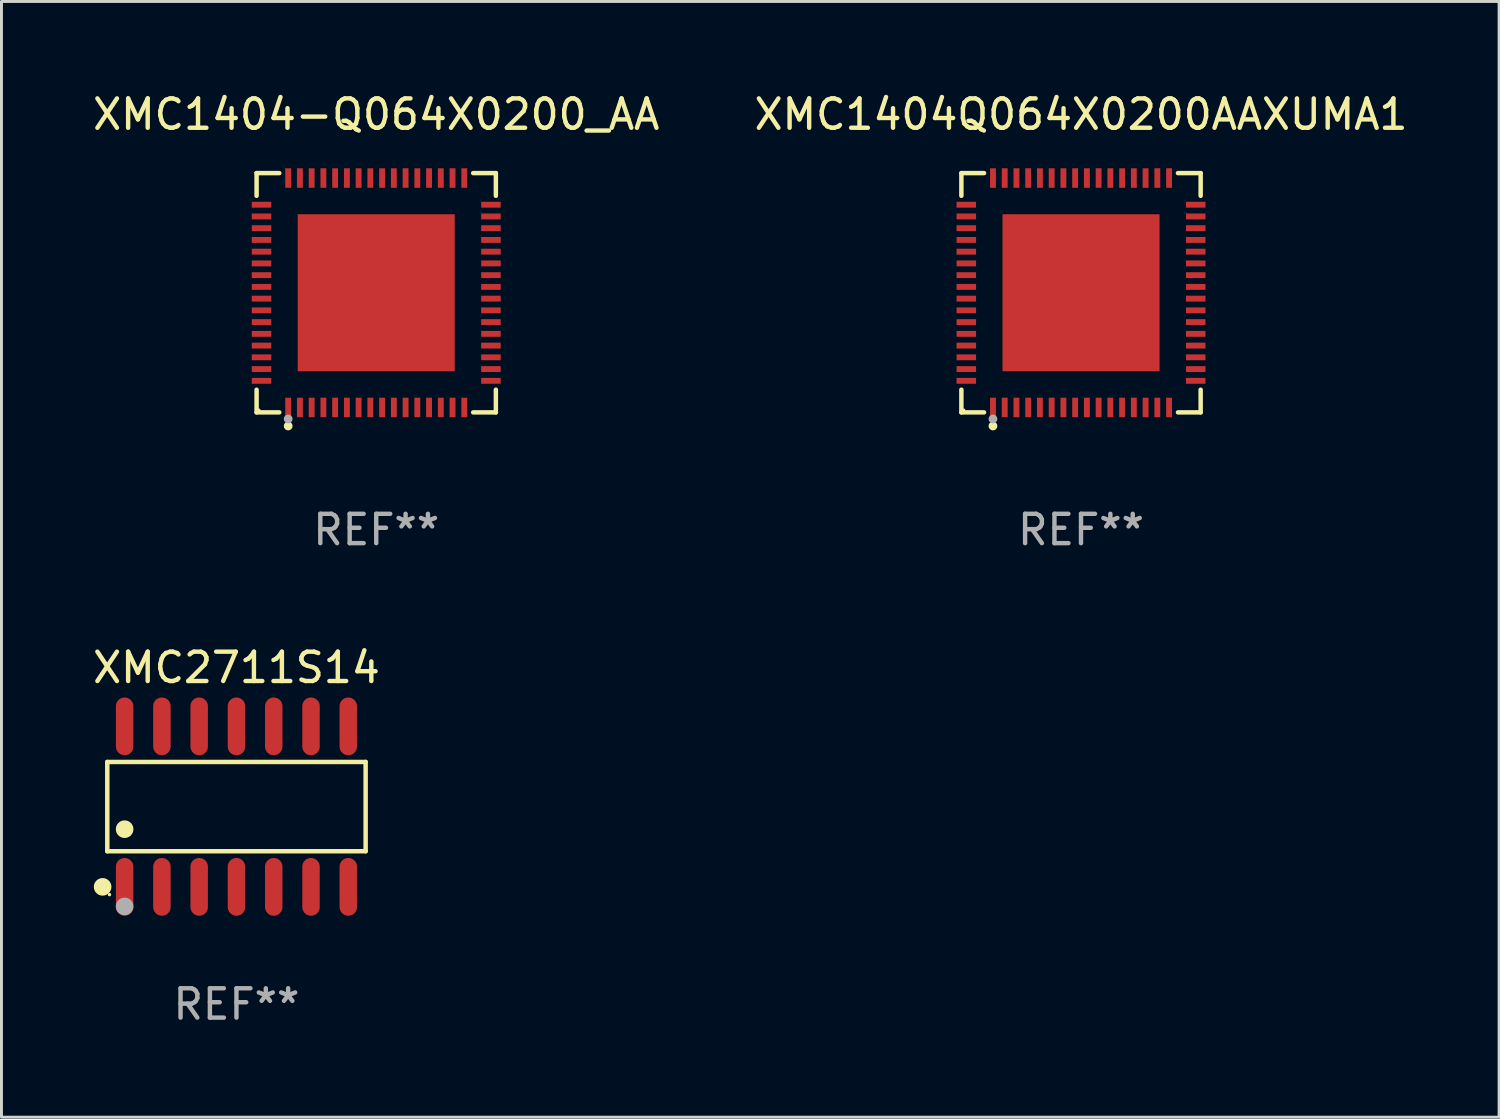
<source format=kicad_pcb>
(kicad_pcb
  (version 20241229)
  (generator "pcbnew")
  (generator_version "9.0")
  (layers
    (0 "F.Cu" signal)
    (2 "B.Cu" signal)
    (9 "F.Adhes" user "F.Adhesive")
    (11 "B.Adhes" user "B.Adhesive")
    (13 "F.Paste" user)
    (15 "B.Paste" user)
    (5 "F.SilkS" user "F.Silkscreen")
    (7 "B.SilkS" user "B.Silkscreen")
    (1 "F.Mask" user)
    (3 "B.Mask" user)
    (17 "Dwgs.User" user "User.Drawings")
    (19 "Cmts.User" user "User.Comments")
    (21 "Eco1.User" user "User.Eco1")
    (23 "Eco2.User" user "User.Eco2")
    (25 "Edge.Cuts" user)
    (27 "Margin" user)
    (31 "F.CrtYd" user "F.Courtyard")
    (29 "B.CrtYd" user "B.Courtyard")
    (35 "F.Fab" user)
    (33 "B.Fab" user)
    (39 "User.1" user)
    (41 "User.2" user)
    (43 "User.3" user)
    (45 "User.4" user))
  (footprint "XMC1404-Q064X0200_AA"
    (layer "F.Cu")
    (at 9.768 6.924)
    (property "Reference" "XMC1404-Q064X0200_AA" (at 0 -6.076 0) (layer "F.SilkS") (effects (font (size 1 1) (thickness 0.15))))
    (attr through_hole)
    (fp_line (start -4.076 -4.076) (end -3.303 -4.076) (stroke (width 0.152) (type solid)) (layer "F.SilkS"))
    (fp_line (start -4.076 -3.303) (end -4.076 -4.076) (stroke (width 0.152) (type solid)) (layer "F.SilkS"))
    (fp_line (start -4.076 3.303) (end -4.076 4.076) (stroke (width 0.152) (type solid)) (layer "F.SilkS"))
    (fp_line (start -4.076 4.076) (end -3.303 4.076) (stroke (width 0.152) (type solid)) (layer "F.SilkS"))
    (fp_line (start 4.076 -4.076) (end 3.303 -4.076) (stroke (width 0.152) (type solid)) (layer "F.SilkS"))
    (fp_line (start 4.076 -3.303) (end 4.076 -4.076) (stroke (width 0.152) (type solid)) (layer "F.SilkS"))
    (fp_line (start 4.076 3.303) (end 4.076 4.076) (stroke (width 0.152) (type solid)) (layer "F.SilkS"))
    (fp_line (start 4.076 4.076) (end 3.303 4.076) (stroke (width 0.152) (type solid)) (layer "F.SilkS"))
    (fp_circle (center -4 4) (end -3.97 4) (stroke (width 0.06) (type solid)) (fill no) (layer "F.SilkS"))
    (fp_circle (center -3 4.54) (end -2.925 4.54) (stroke (width 0.15) (type solid)) (fill no) (layer "F.SilkS"))
    (fp_circle (center -3 4.3) (end -2.925 4.3) (stroke (width 0.15) (type solid)) (fill no) (layer "F.Fab"))
    (fp_text user "REF**" (at 0 8.076 0) (layer "F.Fab") (effects (font (size 1 1) (thickness 0.15))))
    (pad "1" smd rect (at -3 3.908) (size 0.2 0.665) (layers "F.Cu" "F.Mask" "F.Paste"))
    (pad "2" smd rect (at -2.6 3.908) (size 0.2 0.665) (layers "F.Cu" "F.Mask" "F.Paste"))
    (pad "3" smd rect (at -2.2 3.908) (size 0.2 0.665) (layers "F.Cu" "F.Mask" "F.Paste"))
    (pad "4" smd rect (at -1.8 3.908) (size 0.2 0.665) (layers "F.Cu" "F.Mask" "F.Paste"))
    (pad "5" smd rect (at -1.4 3.908) (size 0.2 0.665) (layers "F.Cu" "F.Mask" "F.Paste"))
    (pad "6" smd rect (at -1 3.908) (size 0.2 0.665) (layers "F.Cu" "F.Mask" "F.Paste"))
    (pad "7" smd rect (at -0.6 3.908) (size 0.2 0.665) (layers "F.Cu" "F.Mask" "F.Paste"))
    (pad "8" smd rect (at -0.2 3.908) (size 0.2 0.665) (layers "F.Cu" "F.Mask" "F.Paste"))
    (pad "9" smd rect (at 0.2 3.908) (size 0.2 0.665) (layers "F.Cu" "F.Mask" "F.Paste"))
    (pad "10" smd rect (at 0.6 3.908) (size 0.2 0.665) (layers "F.Cu" "F.Mask" "F.Paste"))
    (pad "11" smd rect (at 1 3.908) (size 0.2 0.665) (layers "F.Cu" "F.Mask" "F.Paste"))
    (pad "12" smd rect (at 1.4 3.908) (size 0.2 0.665) (layers "F.Cu" "F.Mask" "F.Paste"))
    (pad "13" smd rect (at 1.8 3.908) (size 0.2 0.665) (layers "F.Cu" "F.Mask" "F.Paste"))
    (pad "14" smd rect (at 2.2 3.908) (size 0.2 0.665) (layers "F.Cu" "F.Mask" "F.Paste"))
    (pad "15" smd rect (at 2.6 3.908) (size 0.2 0.665) (layers "F.Cu" "F.Mask" "F.Paste"))
    (pad "16" smd rect (at 3 3.908) (size 0.2 0.665) (layers "F.Cu" "F.Mask" "F.Paste"))
    (pad "17" smd rect (at 3.908 3) (size 0.665 0.2) (layers "F.Cu" "F.Mask" "F.Paste"))
    (pad "18" smd rect (at 3.908 2.6) (size 0.665 0.2) (layers "F.Cu" "F.Mask" "F.Paste"))
    (pad "19" smd rect (at 3.908 2.2) (size 0.665 0.2) (layers "F.Cu" "F.Mask" "F.Paste"))
    (pad "20" smd rect (at 3.908 1.8) (size 0.665 0.2) (layers "F.Cu" "F.Mask" "F.Paste"))
    (pad "21" smd rect (at 3.908 1.4) (size 0.665 0.2) (layers "F.Cu" "F.Mask" "F.Paste"))
    (pad "22" smd rect (at 3.908 1) (size 0.665 0.2) (layers "F.Cu" "F.Mask" "F.Paste"))
    (pad "23" smd rect (at 3.908 0.6) (size 0.665 0.2) (layers "F.Cu" "F.Mask" "F.Paste"))
    (pad "24" smd rect (at 3.908 0.2) (size 0.665 0.2) (layers "F.Cu" "F.Mask" "F.Paste"))
    (pad "25" smd rect (at 3.908 -0.2) (size 0.665 0.2) (layers "F.Cu" "F.Mask" "F.Paste"))
    (pad "26" smd rect (at 3.908 -0.6) (size 0.665 0.2) (layers "F.Cu" "F.Mask" "F.Paste"))
    (pad "27" smd rect (at 3.908 -1) (size 0.665 0.2) (layers "F.Cu" "F.Mask" "F.Paste"))
    (pad "28" smd rect (at 3.908 -1.4) (size 0.665 0.2) (layers "F.Cu" "F.Mask" "F.Paste"))
    (pad "29" smd rect (at 3.908 -1.8) (size 0.665 0.2) (layers "F.Cu" "F.Mask" "F.Paste"))
    (pad "30" smd rect (at 3.908 -2.2) (size 0.665 0.2) (layers "F.Cu" "F.Mask" "F.Paste"))
    (pad "31" smd rect (at 3.908 -2.6) (size 0.665 0.2) (layers "F.Cu" "F.Mask" "F.Paste"))
    (pad "32" smd rect (at 3.908 -3) (size 0.665 0.2) (layers "F.Cu" "F.Mask" "F.Paste"))
    (pad "33" smd rect (at 3 -3.908) (size 0.2 0.665) (layers "F.Cu" "F.Mask" "F.Paste"))
    (pad "34" smd rect (at 2.6 -3.908) (size 0.2 0.665) (layers "F.Cu" "F.Mask" "F.Paste"))
    (pad "35" smd rect (at 2.2 -3.908) (size 0.2 0.665) (layers "F.Cu" "F.Mask" "F.Paste"))
    (pad "36" smd rect (at 1.8 -3.908) (size 0.2 0.665) (layers "F.Cu" "F.Mask" "F.Paste"))
    (pad "37" smd rect (at 1.4 -3.908) (size 0.2 0.665) (layers "F.Cu" "F.Mask" "F.Paste"))
    (pad "38" smd rect (at 1 -3.908) (size 0.2 0.665) (layers "F.Cu" "F.Mask" "F.Paste"))
    (pad "39" smd rect (at 0.6 -3.908) (size 0.2 0.665) (layers "F.Cu" "F.Mask" "F.Paste"))
    (pad "40" smd rect (at 0.2 -3.908) (size 0.2 0.665) (layers "F.Cu" "F.Mask" "F.Paste"))
    (pad "41" smd rect (at -0.2 -3.908) (size 0.2 0.665) (layers "F.Cu" "F.Mask" "F.Paste"))
    (pad "42" smd rect (at -0.6 -3.908) (size 0.2 0.665) (layers "F.Cu" "F.Mask" "F.Paste"))
    (pad "43" smd rect (at -1 -3.908) (size 0.2 0.665) (layers "F.Cu" "F.Mask" "F.Paste"))
    (pad "44" smd rect (at -1.4 -3.908) (size 0.2 0.665) (layers "F.Cu" "F.Mask" "F.Paste"))
    (pad "45" smd rect (at -1.8 -3.908) (size 0.2 0.665) (layers "F.Cu" "F.Mask" "F.Paste"))
    (pad "46" smd rect (at -2.2 -3.908) (size 0.2 0.665) (layers "F.Cu" "F.Mask" "F.Paste"))
    (pad "47" smd rect (at -2.6 -3.908) (size 0.2 0.665) (layers "F.Cu" "F.Mask" "F.Paste"))
    (pad "48" smd rect (at -3 -3.908) (size 0.2 0.665) (layers "F.Cu" "F.Mask" "F.Paste"))
    (pad "49" smd rect (at -3.908 -3) (size 0.665 0.2) (layers "F.Cu" "F.Mask" "F.Paste"))
    (pad "50" smd rect (at -3.908 -2.6) (size 0.665 0.2) (layers "F.Cu" "F.Mask" "F.Paste"))
    (pad "51" smd rect (at -3.908 -2.2) (size 0.665 0.2) (layers "F.Cu" "F.Mask" "F.Paste"))
    (pad "52" smd rect (at -3.908 -1.8) (size 0.665 0.2) (layers "F.Cu" "F.Mask" "F.Paste"))
    (pad "53" smd rect (at -3.908 -1.4) (size 0.665 0.2) (layers "F.Cu" "F.Mask" "F.Paste"))
    (pad "54" smd rect (at -3.908 -1) (size 0.665 0.2) (layers "F.Cu" "F.Mask" "F.Paste"))
    (pad "55" smd rect (at -3.908 -0.6) (size 0.665 0.2) (layers "F.Cu" "F.Mask" "F.Paste"))
    (pad "56" smd rect (at -3.908 -0.2) (size 0.665 0.2) (layers "F.Cu" "F.Mask" "F.Paste"))
    (pad "57" smd rect (at -3.908 0.2) (size 0.665 0.2) (layers "F.Cu" "F.Mask" "F.Paste"))
    (pad "58" smd rect (at -3.908 0.6) (size 0.665 0.2) (layers "F.Cu" "F.Mask" "F.Paste"))
    (pad "59" smd rect (at -3.908 1) (size 0.665 0.2) (layers "F.Cu" "F.Mask" "F.Paste"))
    (pad "60" smd rect (at -3.908 1.4) (size 0.665 0.2) (layers "F.Cu" "F.Mask" "F.Paste"))
    (pad "61" smd rect (at -3.908 1.8) (size 0.665 0.2) (layers "F.Cu" "F.Mask" "F.Paste"))
    (pad "62" smd rect (at -3.908 2.2) (size 0.665 0.2) (layers "F.Cu" "F.Mask" "F.Paste"))
    (pad "63" smd rect (at -3.908 2.6) (size 0.665 0.2) (layers "F.Cu" "F.Mask" "F.Paste"))
    (pad "64" smd rect (at -3.908 3) (size 0.665 0.2) (layers "F.Cu" "F.Mask" "F.Paste"))
    (pad "65" smd rect (at 0 0) (size 5.35 5.35) (layers "F.Cu" "F.Mask" "F.Paste")))
  (footprint "XMC1404Q064X0200AAXUMA1"
    (layer "F.Cu")
    (at 33.78 6.924)
    (property "Reference" "XMC1404Q064X0200AAXUMA1" (at 0 -6.076 0) (layer "F.SilkS") (effects (font (size 1 1) (thickness 0.15))))
    (attr through_hole)
    (fp_line (start -4.076 -4.076) (end -3.303 -4.076) (stroke (width 0.152) (type solid)) (layer "F.SilkS"))
    (fp_line (start -4.076 -3.303) (end -4.076 -4.076) (stroke (width 0.152) (type solid)) (layer "F.SilkS"))
    (fp_line (start -4.076 3.303) (end -4.076 4.076) (stroke (width 0.152) (type solid)) (layer "F.SilkS"))
    (fp_line (start -4.076 4.076) (end -3.303 4.076) (stroke (width 0.152) (type solid)) (layer "F.SilkS"))
    (fp_line (start 4.076 -4.076) (end 3.303 -4.076) (stroke (width 0.152) (type solid)) (layer "F.SilkS"))
    (fp_line (start 4.076 -3.303) (end 4.076 -4.076) (stroke (width 0.152) (type solid)) (layer "F.SilkS"))
    (fp_line (start 4.076 3.303) (end 4.076 4.076) (stroke (width 0.152) (type solid)) (layer "F.SilkS"))
    (fp_line (start 4.076 4.076) (end 3.303 4.076) (stroke (width 0.152) (type solid)) (layer "F.SilkS"))
    (fp_circle (center -4 4) (end -3.97 4) (stroke (width 0.06) (type solid)) (fill no) (layer "F.SilkS"))
    (fp_circle (center -3 4.54) (end -2.925 4.54) (stroke (width 0.15) (type solid)) (fill no) (layer "F.SilkS"))
    (fp_circle (center -3 4.3) (end -2.925 4.3) (stroke (width 0.15) (type solid)) (fill no) (layer "F.Fab"))
    (fp_text user "REF**" (at 0 8.076 0) (layer "F.Fab") (effects (font (size 1 1) (thickness 0.15))))
    (pad "1" smd rect (at -3 3.908) (size 0.2 0.665) (layers "F.Cu" "F.Mask" "F.Paste"))
    (pad "2" smd rect (at -2.6 3.908) (size 0.2 0.665) (layers "F.Cu" "F.Mask" "F.Paste"))
    (pad "3" smd rect (at -2.2 3.908) (size 0.2 0.665) (layers "F.Cu" "F.Mask" "F.Paste"))
    (pad "4" smd rect (at -1.8 3.908) (size 0.2 0.665) (layers "F.Cu" "F.Mask" "F.Paste"))
    (pad "5" smd rect (at -1.4 3.908) (size 0.2 0.665) (layers "F.Cu" "F.Mask" "F.Paste"))
    (pad "6" smd rect (at -1 3.908) (size 0.2 0.665) (layers "F.Cu" "F.Mask" "F.Paste"))
    (pad "7" smd rect (at -0.6 3.908) (size 0.2 0.665) (layers "F.Cu" "F.Mask" "F.Paste"))
    (pad "8" smd rect (at -0.2 3.908) (size 0.2 0.665) (layers "F.Cu" "F.Mask" "F.Paste"))
    (pad "9" smd rect (at 0.2 3.908) (size 0.2 0.665) (layers "F.Cu" "F.Mask" "F.Paste"))
    (pad "10" smd rect (at 0.6 3.908) (size 0.2 0.665) (layers "F.Cu" "F.Mask" "F.Paste"))
    (pad "11" smd rect (at 1 3.908) (size 0.2 0.665) (layers "F.Cu" "F.Mask" "F.Paste"))
    (pad "12" smd rect (at 1.4 3.908) (size 0.2 0.665) (layers "F.Cu" "F.Mask" "F.Paste"))
    (pad "13" smd rect (at 1.8 3.908) (size 0.2 0.665) (layers "F.Cu" "F.Mask" "F.Paste"))
    (pad "14" smd rect (at 2.2 3.908) (size 0.2 0.665) (layers "F.Cu" "F.Mask" "F.Paste"))
    (pad "15" smd rect (at 2.6 3.908) (size 0.2 0.665) (layers "F.Cu" "F.Mask" "F.Paste"))
    (pad "16" smd rect (at 3 3.908) (size 0.2 0.665) (layers "F.Cu" "F.Mask" "F.Paste"))
    (pad "17" smd rect (at 3.908 3) (size 0.665 0.2) (layers "F.Cu" "F.Mask" "F.Paste"))
    (pad "18" smd rect (at 3.908 2.6) (size 0.665 0.2) (layers "F.Cu" "F.Mask" "F.Paste"))
    (pad "19" smd rect (at 3.908 2.2) (size 0.665 0.2) (layers "F.Cu" "F.Mask" "F.Paste"))
    (pad "20" smd rect (at 3.908 1.8) (size 0.665 0.2) (layers "F.Cu" "F.Mask" "F.Paste"))
    (pad "21" smd rect (at 3.908 1.4) (size 0.665 0.2) (layers "F.Cu" "F.Mask" "F.Paste"))
    (pad "22" smd rect (at 3.908 1) (size 0.665 0.2) (layers "F.Cu" "F.Mask" "F.Paste"))
    (pad "23" smd rect (at 3.908 0.6) (size 0.665 0.2) (layers "F.Cu" "F.Mask" "F.Paste"))
    (pad "24" smd rect (at 3.908 0.2) (size 0.665 0.2) (layers "F.Cu" "F.Mask" "F.Paste"))
    (pad "25" smd rect (at 3.908 -0.2) (size 0.665 0.2) (layers "F.Cu" "F.Mask" "F.Paste"))
    (pad "26" smd rect (at 3.908 -0.6) (size 0.665 0.2) (layers "F.Cu" "F.Mask" "F.Paste"))
    (pad "27" smd rect (at 3.908 -1) (size 0.665 0.2) (layers "F.Cu" "F.Mask" "F.Paste"))
    (pad "28" smd rect (at 3.908 -1.4) (size 0.665 0.2) (layers "F.Cu" "F.Mask" "F.Paste"))
    (pad "29" smd rect (at 3.908 -1.8) (size 0.665 0.2) (layers "F.Cu" "F.Mask" "F.Paste"))
    (pad "30" smd rect (at 3.908 -2.2) (size 0.665 0.2) (layers "F.Cu" "F.Mask" "F.Paste"))
    (pad "31" smd rect (at 3.908 -2.6) (size 0.665 0.2) (layers "F.Cu" "F.Mask" "F.Paste"))
    (pad "32" smd rect (at 3.908 -3) (size 0.665 0.2) (layers "F.Cu" "F.Mask" "F.Paste"))
    (pad "33" smd rect (at 3 -3.908) (size 0.2 0.665) (layers "F.Cu" "F.Mask" "F.Paste"))
    (pad "34" smd rect (at 2.6 -3.908) (size 0.2 0.665) (layers "F.Cu" "F.Mask" "F.Paste"))
    (pad "35" smd rect (at 2.2 -3.908) (size 0.2 0.665) (layers "F.Cu" "F.Mask" "F.Paste"))
    (pad "36" smd rect (at 1.8 -3.908) (size 0.2 0.665) (layers "F.Cu" "F.Mask" "F.Paste"))
    (pad "37" smd rect (at 1.4 -3.908) (size 0.2 0.665) (layers "F.Cu" "F.Mask" "F.Paste"))
    (pad "38" smd rect (at 1 -3.908) (size 0.2 0.665) (layers "F.Cu" "F.Mask" "F.Paste"))
    (pad "39" smd rect (at 0.6 -3.908) (size 0.2 0.665) (layers "F.Cu" "F.Mask" "F.Paste"))
    (pad "40" smd rect (at 0.2 -3.908) (size 0.2 0.665) (layers "F.Cu" "F.Mask" "F.Paste"))
    (pad "41" smd rect (at -0.2 -3.908) (size 0.2 0.665) (layers "F.Cu" "F.Mask" "F.Paste"))
    (pad "42" smd rect (at -0.6 -3.908) (size 0.2 0.665) (layers "F.Cu" "F.Mask" "F.Paste"))
    (pad "43" smd rect (at -1 -3.908) (size 0.2 0.665) (layers "F.Cu" "F.Mask" "F.Paste"))
    (pad "44" smd rect (at -1.4 -3.908) (size 0.2 0.665) (layers "F.Cu" "F.Mask" "F.Paste"))
    (pad "45" smd rect (at -1.8 -3.908) (size 0.2 0.665) (layers "F.Cu" "F.Mask" "F.Paste"))
    (pad "46" smd rect (at -2.2 -3.908) (size 0.2 0.665) (layers "F.Cu" "F.Mask" "F.Paste"))
    (pad "47" smd rect (at -2.6 -3.908) (size 0.2 0.665) (layers "F.Cu" "F.Mask" "F.Paste"))
    (pad "48" smd rect (at -3 -3.908) (size 0.2 0.665) (layers "F.Cu" "F.Mask" "F.Paste"))
    (pad "49" smd rect (at -3.908 -3) (size 0.665 0.2) (layers "F.Cu" "F.Mask" "F.Paste"))
    (pad "50" smd rect (at -3.908 -2.6) (size 0.665 0.2) (layers "F.Cu" "F.Mask" "F.Paste"))
    (pad "51" smd rect (at -3.908 -2.2) (size 0.665 0.2) (layers "F.Cu" "F.Mask" "F.Paste"))
    (pad "52" smd rect (at -3.908 -1.8) (size 0.665 0.2) (layers "F.Cu" "F.Mask" "F.Paste"))
    (pad "53" smd rect (at -3.908 -1.4) (size 0.665 0.2) (layers "F.Cu" "F.Mask" "F.Paste"))
    (pad "54" smd rect (at -3.908 -1) (size 0.665 0.2) (layers "F.Cu" "F.Mask" "F.Paste"))
    (pad "55" smd rect (at -3.908 -0.6) (size 0.665 0.2) (layers "F.Cu" "F.Mask" "F.Paste"))
    (pad "56" smd rect (at -3.908 -0.2) (size 0.665 0.2) (layers "F.Cu" "F.Mask" "F.Paste"))
    (pad "57" smd rect (at -3.908 0.2) (size 0.665 0.2) (layers "F.Cu" "F.Mask" "F.Paste"))
    (pad "58" smd rect (at -3.908 0.6) (size 0.665 0.2) (layers "F.Cu" "F.Mask" "F.Paste"))
    (pad "59" smd rect (at -3.908 1) (size 0.665 0.2) (layers "F.Cu" "F.Mask" "F.Paste"))
    (pad "60" smd rect (at -3.908 1.4) (size 0.665 0.2) (layers "F.Cu" "F.Mask" "F.Paste"))
    (pad "61" smd rect (at -3.908 1.8) (size 0.665 0.2) (layers "F.Cu" "F.Mask" "F.Paste"))
    (pad "62" smd rect (at -3.908 2.2) (size 0.665 0.2) (layers "F.Cu" "F.Mask" "F.Paste"))
    (pad "63" smd rect (at -3.908 2.6) (size 0.665 0.2) (layers "F.Cu" "F.Mask" "F.Paste"))
    (pad "64" smd rect (at -3.908 3) (size 0.665 0.2) (layers "F.Cu" "F.Mask" "F.Paste"))
    (pad "65" smd rect (at 0 0) (size 5.35 5.35) (layers "F.Cu" "F.Mask" "F.Paste")))
  (footprint "XMC2711S14"
    (layer "F.Cu")
    (at 5.006 24.431)
    (property "Reference" "XMC2711S14" (at 0 -4.734 0) (layer "F.SilkS") (effects (font (size 1 1) (thickness 0.15))))
    (attr through_hole)
    (fp_line (start -4.401 -1.521) (end 4.401 -1.521) (stroke (width 0.152) (type solid)) (layer "F.SilkS"))
    (fp_line (start -4.401 1.521) (end -4.401 -1.521) (stroke (width 0.152) (type solid)) (layer "F.SilkS"))
    (fp_line (start 4.401 -1.521) (end 4.401 1.521) (stroke (width 0.152) (type solid)) (layer "F.SilkS"))
    (fp_line (start 4.401 1.521) (end -4.401 1.521) (stroke (width 0.152) (type solid)) (layer "F.SilkS"))
    (fp_circle (center -4.56 2.734) (end -4.41 2.734) (stroke (width 0.3) (type solid)) (fill no) (layer "F.SilkS"))
    (fp_circle (center -4.325 3) (end -4.295 3) (stroke (width 0.06) (type solid)) (fill no) (layer "F.SilkS"))
    (fp_circle (center -3.81 0.769) (end -3.66 0.769) (stroke (width 0.3) (type solid)) (fill no) (layer "F.SilkS"))
    (fp_circle (center -3.81 3.4) (end -3.66 3.4) (stroke (width 0.3) (type solid)) (fill no) (layer "F.Fab"))
    (fp_text user "REF**" (at 0 6.734 0) (layer "F.Fab") (effects (font (size 1 1) (thickness 0.15))))
    (pad "1" smd oval (at -3.81 2.734) (size 0.595 1.968) (layers "F.Cu" "F.Mask" "F.Paste"))
    (pad "2" smd oval (at -2.54 2.734) (size 0.595 1.968) (layers "F.Cu" "F.Mask" "F.Paste"))
    (pad "3" smd oval (at -1.27 2.734) (size 0.595 1.968) (layers "F.Cu" "F.Mask" "F.Paste"))
    (pad "4" smd oval (at 0 2.734) (size 0.595 1.968) (layers "F.Cu" "F.Mask" "F.Paste"))
    (pad "5" smd oval (at 1.27 2.734) (size 0.595 1.968) (layers "F.Cu" "F.Mask" "F.Paste"))
    (pad "6" smd oval (at 2.54 2.734) (size 0.595 1.968) (layers "F.Cu" "F.Mask" "F.Paste"))
    (pad "7" smd oval (at 3.81 2.734) (size 0.595 1.968) (layers "F.Cu" "F.Mask" "F.Paste"))
    (pad "8" smd oval (at 3.81 -2.734) (size 0.595 1.968) (layers "F.Cu" "F.Mask" "F.Paste"))
    (pad "9" smd oval (at 2.54 -2.734) (size 0.595 1.968) (layers "F.Cu" "F.Mask" "F.Paste"))
    (pad "10" smd oval (at 1.27 -2.734) (size 0.595 1.968) (layers "F.Cu" "F.Mask" "F.Paste"))
    (pad "11" smd oval (at 0 -2.734) (size 0.595 1.968) (layers "F.Cu" "F.Mask" "F.Paste"))
    (pad "12" smd oval (at -1.27 -2.734) (size 0.595 1.968) (layers "F.Cu" "F.Mask" "F.Paste"))
    (pad "13" smd oval (at -2.54 -2.734) (size 0.595 1.968) (layers "F.Cu" "F.Mask" "F.Paste"))
    (pad "14" smd oval (at -3.81 -2.734) (size 0.595 1.968) (layers "F.Cu" "F.Mask" "F.Paste")))
  (gr_rect
    (start -3 -3)
    (end 48.024 35.013)
    (stroke (width 0.1) (type default))
    (fill no)
    (layer "Edge.Cuts")))
</source>
